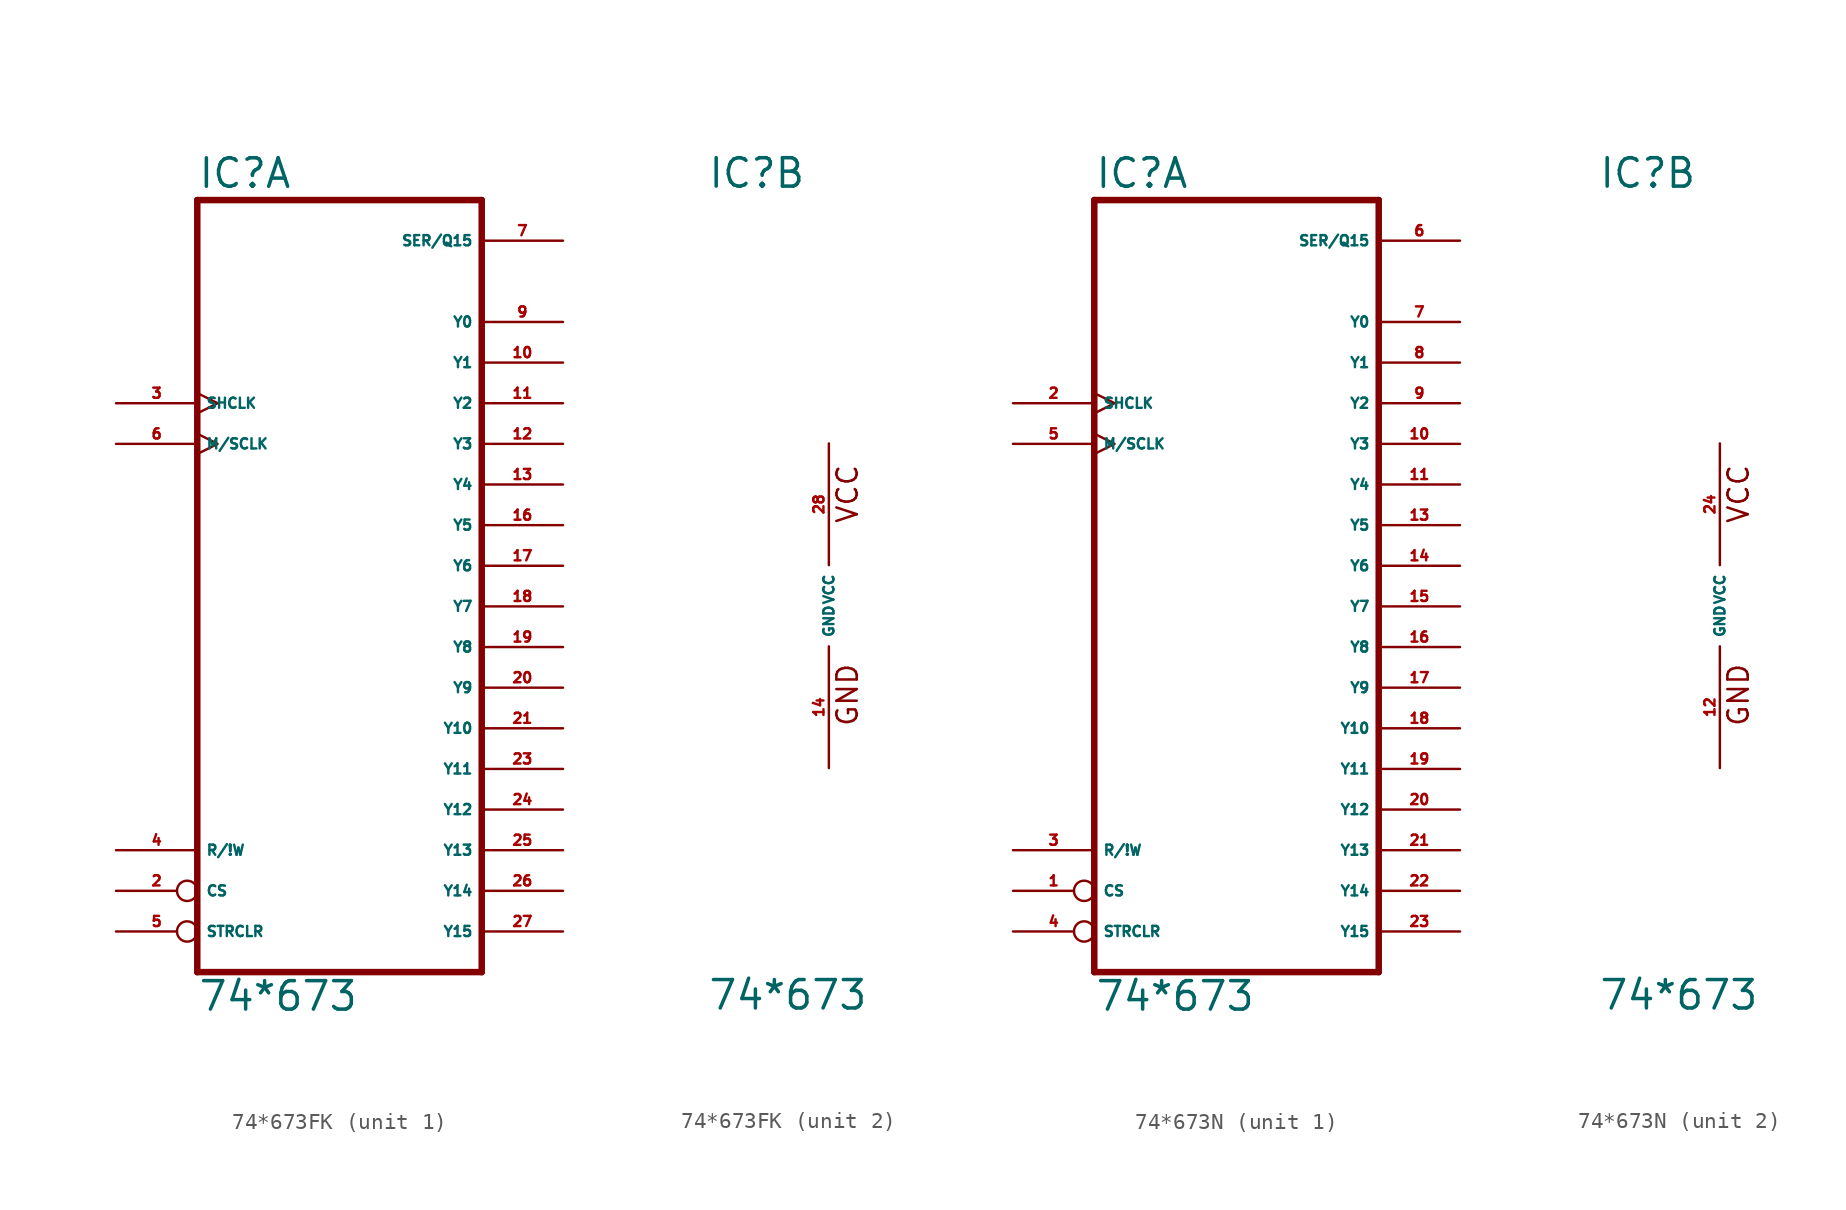
<source format=kicad_sym>
(kicad_symbol_lib
  (version 20220914)
  (generator Eagle2Kicad)
  (symbol "74*673FK"
    (property "Reference" "IC"
      (at -7.62 26.035 0)
      (effects (font (size 1.778 1.778) (thickness 0.22)) (justify left bottom)))
    (property "Value" "74*673"
      (at -7.62 -25.4 0)
      (effects (font (size 1.778 1.778) (thickness 0.22)) (justify left bottom)))
    (symbol "74*673FK_1_0"
      (polyline (pts (xy -7.62 -22.86) (xy 10.16 -22.86)) (stroke (width 0.406) (type default)) (fill (type none)))
      (polyline (pts (xy 10.16 -22.86) (xy 10.16 25.4)) (stroke (width 0.406) (type default)) (fill (type none)))
      (polyline (pts (xy 10.16 25.4) (xy -7.62 25.4)) (stroke (width 0.406) (type default)) (fill (type none)))
      (polyline (pts (xy -7.62 25.4) (xy -7.62 -22.86)) (stroke (width 0.406) (type default)) (fill (type none)))
      (pin input inverted (at -12.7 -17.78 0) (length 5.08) (name "CS" (effects (font (size 0.635 0.635) (thickness 0.08)) (justify left bottom))) (number "2" (effects (font (size 0.635 0.635) (thickness 0.08)) (justify left bottom))))
      (pin input clock (at -12.7 12.7 0) (length 5.08) (name "SHCLK" (effects (font (size 0.635 0.635) (thickness 0.08)) (justify left bottom))) (number "3" (effects (font (size 0.635 0.635) (thickness 0.08)) (justify left bottom))))
      (pin input line (at -12.7 -15.24 0) (length 5.08) (name "R/!W" (effects (font (size 0.635 0.635) (thickness 0.08)) (justify left bottom))) (number "4" (effects (font (size 0.635 0.635) (thickness 0.08)) (justify left bottom))))
      (pin input inverted (at -12.7 -20.32 0) (length 5.08) (name "STRCLR" (effects (font (size 0.635 0.635) (thickness 0.08)) (justify left bottom))) (number "5" (effects (font (size 0.635 0.635) (thickness 0.08)) (justify left bottom))))
      (pin input clock (at -12.7 10.16 0) (length 5.08) (name "M/SCLK" (effects (font (size 0.635 0.635) (thickness 0.08)) (justify left bottom))) (number "6" (effects (font (size 0.635 0.635) (thickness 0.08)) (justify left bottom))))
      (pin bidirectional line (at 15.24 22.86 180) (length 5.08) (name "SER/Q15" (effects (font (size 0.635 0.635) (thickness 0.08)) (justify left bottom))) (number "7" (effects (font (size 0.635 0.635) (thickness 0.08)) (justify left bottom))))
      (pin output line (at 15.24 17.78 180) (length 5.08) (name "Y0" (effects (font (size 0.635 0.635) (thickness 0.08)) (justify left bottom))) (number "9" (effects (font (size 0.635 0.635) (thickness 0.08)) (justify left bottom))))
      (pin output line (at 15.24 15.24 180) (length 5.08) (name "Y1" (effects (font (size 0.635 0.635) (thickness 0.08)) (justify left bottom))) (number "10" (effects (font (size 0.635 0.635) (thickness 0.08)) (justify left bottom))))
      (pin output line (at 15.24 12.7 180) (length 5.08) (name "Y2" (effects (font (size 0.635 0.635) (thickness 0.08)) (justify left bottom))) (number "11" (effects (font (size 0.635 0.635) (thickness 0.08)) (justify left bottom))))
      (pin output line (at 15.24 10.16 180) (length 5.08) (name "Y3" (effects (font (size 0.635 0.635) (thickness 0.08)) (justify left bottom))) (number "12" (effects (font (size 0.635 0.635) (thickness 0.08)) (justify left bottom))))
      (pin output line (at 15.24 7.62 180) (length 5.08) (name "Y4" (effects (font (size 0.635 0.635) (thickness 0.08)) (justify left bottom))) (number "13" (effects (font (size 0.635 0.635) (thickness 0.08)) (justify left bottom))))
      (pin output line (at 15.24 5.08 180) (length 5.08) (name "Y5" (effects (font (size 0.635 0.635) (thickness 0.08)) (justify left bottom))) (number "16" (effects (font (size 0.635 0.635) (thickness 0.08)) (justify left bottom))))
      (pin output line (at 15.24 2.54 180) (length 5.08) (name "Y6" (effects (font (size 0.635 0.635) (thickness 0.08)) (justify left bottom))) (number "17" (effects (font (size 0.635 0.635) (thickness 0.08)) (justify left bottom))))
      (pin output line (at 15.24 0 180) (length 5.08) (name "Y7" (effects (font (size 0.635 0.635) (thickness 0.08)) (justify left bottom))) (number "18" (effects (font (size 0.635 0.635) (thickness 0.08)) (justify left bottom))))
      (pin output line (at 15.24 -2.54 180) (length 5.08) (name "Y8" (effects (font (size 0.635 0.635) (thickness 0.08)) (justify left bottom))) (number "19" (effects (font (size 0.635 0.635) (thickness 0.08)) (justify left bottom))))
      (pin output line (at 15.24 -5.08 180) (length 5.08) (name "Y9" (effects (font (size 0.635 0.635) (thickness 0.08)) (justify left bottom))) (number "20" (effects (font (size 0.635 0.635) (thickness 0.08)) (justify left bottom))))
      (pin output line (at 15.24 -7.62 180) (length 5.08) (name "Y10" (effects (font (size 0.635 0.635) (thickness 0.08)) (justify left bottom))) (number "21" (effects (font (size 0.635 0.635) (thickness 0.08)) (justify left bottom))))
      (pin output line (at 15.24 -10.16 180) (length 5.08) (name "Y11" (effects (font (size 0.635 0.635) (thickness 0.08)) (justify left bottom))) (number "23" (effects (font (size 0.635 0.635) (thickness 0.08)) (justify left bottom))))
      (pin output line (at 15.24 -12.7 180) (length 5.08) (name "Y12" (effects (font (size 0.635 0.635) (thickness 0.08)) (justify left bottom))) (number "24" (effects (font (size 0.635 0.635) (thickness 0.08)) (justify left bottom))))
      (pin output line (at 15.24 -15.24 180) (length 5.08) (name "Y13" (effects (font (size 0.635 0.635) (thickness 0.08)) (justify left bottom))) (number "25" (effects (font (size 0.635 0.635) (thickness 0.08)) (justify left bottom))))
      (pin output line (at 15.24 -17.78 180) (length 5.08) (name "Y14" (effects (font (size 0.635 0.635) (thickness 0.08)) (justify left bottom))) (number "26" (effects (font (size 0.635 0.635) (thickness 0.08)) (justify left bottom))))
      (pin output line (at 15.24 -20.32 180) (length 5.08) (name "Y15" (effects (font (size 0.635 0.635) (thickness 0.08)) (justify left bottom))) (number "27" (effects (font (size 0.635 0.635) (thickness 0.08)) (justify left bottom)))))
    (symbol "74*673FK_2_0"
      (text "GND" (at 1.905 -7.62 900) (effects (font (size 1.27 1.27) (thickness 0.16)) (justify left bottom)))
      (text "VCC" (at 1.905 5.08 900) (effects (font (size 1.27 1.27) (thickness 0.16)) (justify left bottom)))
      (pin unspecified line (at 0 -10.16 90) (length 7.62) (name "GND" (effects (font (size 0.635 0.635) (thickness 0.08)) (justify left bottom))) (number "14" (effects (font (size 0.635 0.635) (thickness 0.08)) (justify left bottom))))
      (pin unspecified line (at 0 10.16 270) (length 7.62) (name "VCC" (effects (font (size 0.635 0.635) (thickness 0.08)) (justify left bottom))) (number "28" (effects (font (size 0.635 0.635) (thickness 0.08)) (justify left bottom))))))
  (symbol "74*673N"
    (property "Reference" "IC"
      (at -7.62 26.035 0)
      (effects (font (size 1.778 1.778) (thickness 0.22)) (justify left bottom)))
    (property "Value" "74*673"
      (at -7.62 -25.4 0)
      (effects (font (size 1.778 1.778) (thickness 0.22)) (justify left bottom)))
    (symbol "74*673N_1_0"
      (polyline (pts (xy -7.62 -22.86) (xy 10.16 -22.86)) (stroke (width 0.406) (type default)) (fill (type none)))
      (polyline (pts (xy 10.16 -22.86) (xy 10.16 25.4)) (stroke (width 0.406) (type default)) (fill (type none)))
      (polyline (pts (xy 10.16 25.4) (xy -7.62 25.4)) (stroke (width 0.406) (type default)) (fill (type none)))
      (polyline (pts (xy -7.62 25.4) (xy -7.62 -22.86)) (stroke (width 0.406) (type default)) (fill (type none)))
      (pin input inverted (at -12.7 -17.78 0) (length 5.08) (name "CS" (effects (font (size 0.635 0.635) (thickness 0.08)) (justify left bottom))) (number "1" (effects (font (size 0.635 0.635) (thickness 0.08)) (justify left bottom))))
      (pin input clock (at -12.7 12.7 0) (length 5.08) (name "SHCLK" (effects (font (size 0.635 0.635) (thickness 0.08)) (justify left bottom))) (number "2" (effects (font (size 0.635 0.635) (thickness 0.08)) (justify left bottom))))
      (pin input line (at -12.7 -15.24 0) (length 5.08) (name "R/!W" (effects (font (size 0.635 0.635) (thickness 0.08)) (justify left bottom))) (number "3" (effects (font (size 0.635 0.635) (thickness 0.08)) (justify left bottom))))
      (pin input inverted (at -12.7 -20.32 0) (length 5.08) (name "STRCLR" (effects (font (size 0.635 0.635) (thickness 0.08)) (justify left bottom))) (number "4" (effects (font (size 0.635 0.635) (thickness 0.08)) (justify left bottom))))
      (pin input clock (at -12.7 10.16 0) (length 5.08) (name "M/SCLK" (effects (font (size 0.635 0.635) (thickness 0.08)) (justify left bottom))) (number "5" (effects (font (size 0.635 0.635) (thickness 0.08)) (justify left bottom))))
      (pin bidirectional line (at 15.24 22.86 180) (length 5.08) (name "SER/Q15" (effects (font (size 0.635 0.635) (thickness 0.08)) (justify left bottom))) (number "6" (effects (font (size 0.635 0.635) (thickness 0.08)) (justify left bottom))))
      (pin output line (at 15.24 17.78 180) (length 5.08) (name "Y0" (effects (font (size 0.635 0.635) (thickness 0.08)) (justify left bottom))) (number "7" (effects (font (size 0.635 0.635) (thickness 0.08)) (justify left bottom))))
      (pin output line (at 15.24 15.24 180) (length 5.08) (name "Y1" (effects (font (size 0.635 0.635) (thickness 0.08)) (justify left bottom))) (number "8" (effects (font (size 0.635 0.635) (thickness 0.08)) (justify left bottom))))
      (pin output line (at 15.24 12.7 180) (length 5.08) (name "Y2" (effects (font (size 0.635 0.635) (thickness 0.08)) (justify left bottom))) (number "9" (effects (font (size 0.635 0.635) (thickness 0.08)) (justify left bottom))))
      (pin output line (at 15.24 10.16 180) (length 5.08) (name "Y3" (effects (font (size 0.635 0.635) (thickness 0.08)) (justify left bottom))) (number "10" (effects (font (size 0.635 0.635) (thickness 0.08)) (justify left bottom))))
      (pin output line (at 15.24 7.62 180) (length 5.08) (name "Y4" (effects (font (size 0.635 0.635) (thickness 0.08)) (justify left bottom))) (number "11" (effects (font (size 0.635 0.635) (thickness 0.08)) (justify left bottom))))
      (pin output line (at 15.24 5.08 180) (length 5.08) (name "Y5" (effects (font (size 0.635 0.635) (thickness 0.08)) (justify left bottom))) (number "13" (effects (font (size 0.635 0.635) (thickness 0.08)) (justify left bottom))))
      (pin output line (at 15.24 2.54 180) (length 5.08) (name "Y6" (effects (font (size 0.635 0.635) (thickness 0.08)) (justify left bottom))) (number "14" (effects (font (size 0.635 0.635) (thickness 0.08)) (justify left bottom))))
      (pin output line (at 15.24 0 180) (length 5.08) (name "Y7" (effects (font (size 0.635 0.635) (thickness 0.08)) (justify left bottom))) (number "15" (effects (font (size 0.635 0.635) (thickness 0.08)) (justify left bottom))))
      (pin output line (at 15.24 -2.54 180) (length 5.08) (name "Y8" (effects (font (size 0.635 0.635) (thickness 0.08)) (justify left bottom))) (number "16" (effects (font (size 0.635 0.635) (thickness 0.08)) (justify left bottom))))
      (pin output line (at 15.24 -5.08 180) (length 5.08) (name "Y9" (effects (font (size 0.635 0.635) (thickness 0.08)) (justify left bottom))) (number "17" (effects (font (size 0.635 0.635) (thickness 0.08)) (justify left bottom))))
      (pin output line (at 15.24 -7.62 180) (length 5.08) (name "Y10" (effects (font (size 0.635 0.635) (thickness 0.08)) (justify left bottom))) (number "18" (effects (font (size 0.635 0.635) (thickness 0.08)) (justify left bottom))))
      (pin output line (at 15.24 -10.16 180) (length 5.08) (name "Y11" (effects (font (size 0.635 0.635) (thickness 0.08)) (justify left bottom))) (number "19" (effects (font (size 0.635 0.635) (thickness 0.08)) (justify left bottom))))
      (pin output line (at 15.24 -12.7 180) (length 5.08) (name "Y12" (effects (font (size 0.635 0.635) (thickness 0.08)) (justify left bottom))) (number "20" (effects (font (size 0.635 0.635) (thickness 0.08)) (justify left bottom))))
      (pin output line (at 15.24 -15.24 180) (length 5.08) (name "Y13" (effects (font (size 0.635 0.635) (thickness 0.08)) (justify left bottom))) (number "21" (effects (font (size 0.635 0.635) (thickness 0.08)) (justify left bottom))))
      (pin output line (at 15.24 -17.78 180) (length 5.08) (name "Y14" (effects (font (size 0.635 0.635) (thickness 0.08)) (justify left bottom))) (number "22" (effects (font (size 0.635 0.635) (thickness 0.08)) (justify left bottom))))
      (pin output line (at 15.24 -20.32 180) (length 5.08) (name "Y15" (effects (font (size 0.635 0.635) (thickness 0.08)) (justify left bottom))) (number "23" (effects (font (size 0.635 0.635) (thickness 0.08)) (justify left bottom)))))
    (symbol "74*673N_2_0"
      (text "GND" (at 1.905 -7.62 900) (effects (font (size 1.27 1.27) (thickness 0.16)) (justify left bottom)))
      (text "VCC" (at 1.905 5.08 900) (effects (font (size 1.27 1.27) (thickness 0.16)) (justify left bottom)))
      (pin unspecified line (at 0 -10.16 90) (length 7.62) (name "GND" (effects (font (size 0.635 0.635) (thickness 0.08)) (justify left bottom))) (number "12" (effects (font (size 0.635 0.635) (thickness 0.08)) (justify left bottom))))
      (pin unspecified line (at 0 10.16 270) (length 7.62) (name "VCC" (effects (font (size 0.635 0.635) (thickness 0.08)) (justify left bottom))) (number "24" (effects (font (size 0.635 0.635) (thickness 0.08)) (justify left bottom)))))))
</source>
